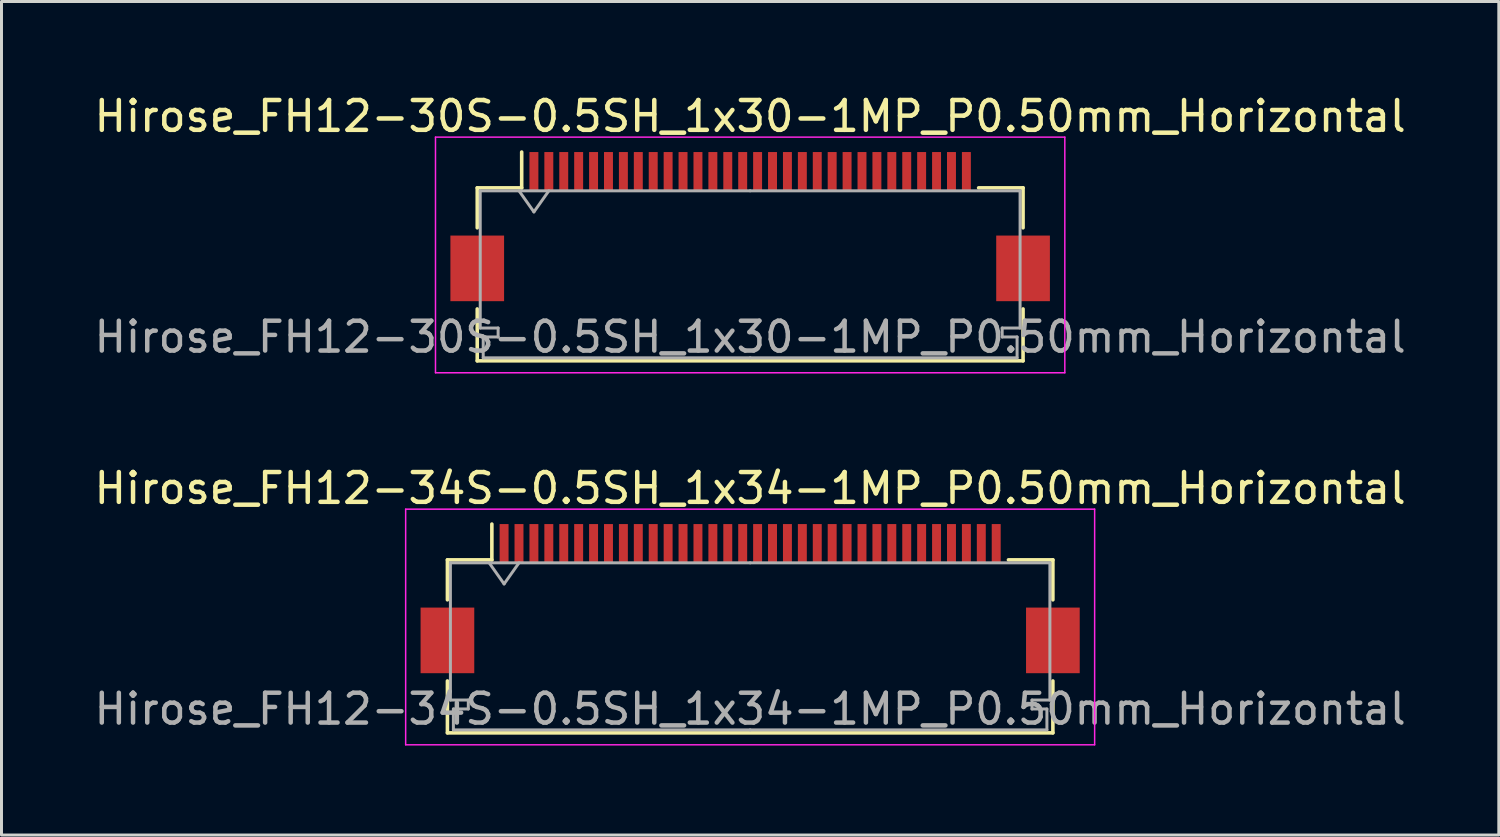
<source format=kicad_pcb>
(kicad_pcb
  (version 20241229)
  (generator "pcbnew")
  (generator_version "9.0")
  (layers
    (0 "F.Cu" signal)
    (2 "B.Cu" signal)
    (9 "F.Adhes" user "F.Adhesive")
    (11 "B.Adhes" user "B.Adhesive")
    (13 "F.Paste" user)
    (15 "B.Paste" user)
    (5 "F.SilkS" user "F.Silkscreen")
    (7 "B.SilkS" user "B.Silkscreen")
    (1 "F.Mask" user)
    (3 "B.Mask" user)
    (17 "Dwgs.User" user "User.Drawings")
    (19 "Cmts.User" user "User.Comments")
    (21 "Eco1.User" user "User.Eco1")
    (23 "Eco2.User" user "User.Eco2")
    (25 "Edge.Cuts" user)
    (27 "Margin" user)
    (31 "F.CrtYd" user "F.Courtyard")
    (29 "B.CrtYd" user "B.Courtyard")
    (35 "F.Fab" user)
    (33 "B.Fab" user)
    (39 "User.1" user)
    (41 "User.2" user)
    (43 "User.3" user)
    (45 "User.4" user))
  (footprint "Hirose_FH12-30S-0.5SH_1x30-1MP_P0.50mm_Horizontal"
    (layer "F.Cu")
    (at 22.101 4.548)
    (property "Reference" "Hirose_FH12-30S-0.5SH_1x30-1MP_P0.50mm_Horizontal" (at 0 -3.7 0) (layer "F.SilkS") (effects (font (size 1 1) (thickness 0.15))))
    (attr smd)
    (fp_line (start -9.15 -1.3) (end -9.15 0.04) (stroke (width 0.12) (type solid)) (layer "F.SilkS"))
    (fp_line (start -9.15 2.76) (end -9.15 4.5) (stroke (width 0.12) (type solid)) (layer "F.SilkS"))
    (fp_line (start -9.15 4.5) (end 9.15 4.5) (stroke (width 0.12) (type solid)) (layer "F.SilkS"))
    (fp_line (start -7.66 -1.3) (end -9.15 -1.3) (stroke (width 0.12) (type solid)) (layer "F.SilkS"))
    (fp_line (start -7.66 -1.3) (end -7.66 -2.5) (stroke (width 0.12) (type solid)) (layer "F.SilkS"))
    (fp_line (start 7.66 -1.3) (end 9.15 -1.3) (stroke (width 0.12) (type solid)) (layer "F.SilkS"))
    (fp_line (start 9.15 -1.3) (end 9.15 0.04) (stroke (width 0.12) (type solid)) (layer "F.SilkS"))
    (fp_line (start 9.15 4.5) (end 9.15 2.76) (stroke (width 0.12) (type solid)) (layer "F.SilkS"))
    (fp_line (start -10.55 -3) (end -10.55 4.9) (stroke (width 0.05) (type solid)) (layer "F.CrtYd"))
    (fp_line (start -10.55 4.9) (end 10.55 4.9) (stroke (width 0.05) (type solid)) (layer "F.CrtYd"))
    (fp_line (start 10.55 -3) (end -10.55 -3) (stroke (width 0.05) (type solid)) (layer "F.CrtYd"))
    (fp_line (start 10.55 4.9) (end 10.55 -3) (stroke (width 0.05) (type solid)) (layer "F.CrtYd"))
    (fp_line (start -9.05 -1.2) (end -9.05 3.4) (stroke (width 0.1) (type solid)) (layer "F.Fab"))
    (fp_line (start -9.05 3.4) (end -8.45 3.4) (stroke (width 0.1) (type solid)) (layer "F.Fab"))
    (fp_line (start -8.95 3.7) (end -8.95 4.4) (stroke (width 0.1) (type solid)) (layer "F.Fab"))
    (fp_line (start -8.95 4.4) (end 0 4.4) (stroke (width 0.1) (type solid)) (layer "F.Fab"))
    (fp_line (start -8.45 3.4) (end -8.45 3.7) (stroke (width 0.1) (type solid)) (layer "F.Fab"))
    (fp_line (start -8.45 3.7) (end -8.95 3.7) (stroke (width 0.1) (type solid)) (layer "F.Fab"))
    (fp_line (start -7.75 -1.2) (end -7.25 -0.493) (stroke (width 0.1) (type solid)) (layer "F.Fab"))
    (fp_line (start -7.25 -0.493) (end -6.75 -1.2) (stroke (width 0.1) (type solid)) (layer "F.Fab"))
    (fp_line (start 0 -1.2) (end -9.05 -1.2) (stroke (width 0.1) (type solid)) (layer "F.Fab"))
    (fp_line (start 0 -1.2) (end 9.05 -1.2) (stroke (width 0.1) (type solid)) (layer "F.Fab"))
    (fp_line (start 8.45 3.4) (end 8.45 3.7) (stroke (width 0.1) (type solid)) (layer "F.Fab"))
    (fp_line (start 8.45 3.7) (end 8.95 3.7) (stroke (width 0.1) (type solid)) (layer "F.Fab"))
    (fp_line (start 8.95 3.7) (end 8.95 4.4) (stroke (width 0.1) (type solid)) (layer "F.Fab"))
    (fp_line (start 8.95 4.4) (end 0 4.4) (stroke (width 0.1) (type solid)) (layer "F.Fab"))
    (fp_line (start 9.05 -1.2) (end 9.05 3.4) (stroke (width 0.1) (type solid)) (layer "F.Fab"))
    (fp_line (start 9.05 3.4) (end 8.45 3.4) (stroke (width 0.1) (type solid)) (layer "F.Fab"))
    (fp_text user "${REFERENCE}" (at 0 3.7 0) (layer "F.Fab") (effects (font (size 1 1) (thickness 0.15))))
    (pad "1" smd rect (at -7.25 -1.85) (size 0.3 1.3) (layers "F.Cu" "F.Mask" "F.Paste"))
    (pad "2" smd rect (at -6.75 -1.85) (size 0.3 1.3) (layers "F.Cu" "F.Mask" "F.Paste"))
    (pad "3" smd rect (at -6.25 -1.85) (size 0.3 1.3) (layers "F.Cu" "F.Mask" "F.Paste"))
    (pad "4" smd rect (at -5.75 -1.85) (size 0.3 1.3) (layers "F.Cu" "F.Mask" "F.Paste"))
    (pad "5" smd rect (at -5.25 -1.85) (size 0.3 1.3) (layers "F.Cu" "F.Mask" "F.Paste"))
    (pad "6" smd rect (at -4.75 -1.85) (size 0.3 1.3) (layers "F.Cu" "F.Mask" "F.Paste"))
    (pad "7" smd rect (at -4.25 -1.85) (size 0.3 1.3) (layers "F.Cu" "F.Mask" "F.Paste"))
    (pad "8" smd rect (at -3.75 -1.85) (size 0.3 1.3) (layers "F.Cu" "F.Mask" "F.Paste"))
    (pad "9" smd rect (at -3.25 -1.85) (size 0.3 1.3) (layers "F.Cu" "F.Mask" "F.Paste"))
    (pad "10" smd rect (at -2.75 -1.85) (size 0.3 1.3) (layers "F.Cu" "F.Mask" "F.Paste"))
    (pad "11" smd rect (at -2.25 -1.85) (size 0.3 1.3) (layers "F.Cu" "F.Mask" "F.Paste"))
    (pad "12" smd rect (at -1.75 -1.85) (size 0.3 1.3) (layers "F.Cu" "F.Mask" "F.Paste"))
    (pad "13" smd rect (at -1.25 -1.85) (size 0.3 1.3) (layers "F.Cu" "F.Mask" "F.Paste"))
    (pad "14" smd rect (at -0.75 -1.85) (size 0.3 1.3) (layers "F.Cu" "F.Mask" "F.Paste"))
    (pad "15" smd rect (at -0.25 -1.85) (size 0.3 1.3) (layers "F.Cu" "F.Mask" "F.Paste"))
    (pad "16" smd rect (at 0.25 -1.85) (size 0.3 1.3) (layers "F.Cu" "F.Mask" "F.Paste"))
    (pad "17" smd rect (at 0.75 -1.85) (size 0.3 1.3) (layers "F.Cu" "F.Mask" "F.Paste"))
    (pad "18" smd rect (at 1.25 -1.85) (size 0.3 1.3) (layers "F.Cu" "F.Mask" "F.Paste"))
    (pad "19" smd rect (at 1.75 -1.85) (size 0.3 1.3) (layers "F.Cu" "F.Mask" "F.Paste"))
    (pad "20" smd rect (at 2.25 -1.85) (size 0.3 1.3) (layers "F.Cu" "F.Mask" "F.Paste"))
    (pad "21" smd rect (at 2.75 -1.85) (size 0.3 1.3) (layers "F.Cu" "F.Mask" "F.Paste"))
    (pad "22" smd rect (at 3.25 -1.85) (size 0.3 1.3) (layers "F.Cu" "F.Mask" "F.Paste"))
    (pad "23" smd rect (at 3.75 -1.85) (size 0.3 1.3) (layers "F.Cu" "F.Mask" "F.Paste"))
    (pad "24" smd rect (at 4.25 -1.85) (size 0.3 1.3) (layers "F.Cu" "F.Mask" "F.Paste"))
    (pad "25" smd rect (at 4.75 -1.85) (size 0.3 1.3) (layers "F.Cu" "F.Mask" "F.Paste"))
    (pad "26" smd rect (at 5.25 -1.85) (size 0.3 1.3) (layers "F.Cu" "F.Mask" "F.Paste"))
    (pad "27" smd rect (at 5.75 -1.85) (size 0.3 1.3) (layers "F.Cu" "F.Mask" "F.Paste"))
    (pad "28" smd rect (at 6.25 -1.85) (size 0.3 1.3) (layers "F.Cu" "F.Mask" "F.Paste"))
    (pad "29" smd rect (at 6.75 -1.85) (size 0.3 1.3) (layers "F.Cu" "F.Mask" "F.Paste"))
    (pad "30" smd rect (at 7.25 -1.85) (size 0.3 1.3) (layers "F.Cu" "F.Mask" "F.Paste"))
    (pad "MP" smd rect (at -9.15 1.4) (size 1.8 2.2) (layers "F.Cu" "F.Mask" "F.Paste"))
    (pad "MP" smd rect (at 9.15 1.4) (size 1.8 2.2) (layers "F.Cu" "F.Mask" "F.Paste")))
  (footprint "Hirose_FH12-34S-0.5SH_1x34-1MP_P0.50mm_Horizontal"
    (layer "F.Cu")
    (at 22.101 17.021)
    (property "Reference" "Hirose_FH12-34S-0.5SH_1x34-1MP_P0.50mm_Horizontal" (at 0 -3.7 0) (layer "F.SilkS") (effects (font (size 1 1) (thickness 0.15))))
    (attr smd)
    (fp_line (start -10.15 -1.3) (end -10.15 0.04) (stroke (width 0.12) (type solid)) (layer "F.SilkS"))
    (fp_line (start -10.15 2.76) (end -10.15 4.5) (stroke (width 0.12) (type solid)) (layer "F.SilkS"))
    (fp_line (start -10.15 4.5) (end 10.15 4.5) (stroke (width 0.12) (type solid)) (layer "F.SilkS"))
    (fp_line (start -8.66 -1.3) (end -10.15 -1.3) (stroke (width 0.12) (type solid)) (layer "F.SilkS"))
    (fp_line (start -8.66 -1.3) (end -8.66 -2.5) (stroke (width 0.12) (type solid)) (layer "F.SilkS"))
    (fp_line (start 8.66 -1.3) (end 10.15 -1.3) (stroke (width 0.12) (type solid)) (layer "F.SilkS"))
    (fp_line (start 10.15 -1.3) (end 10.15 0.04) (stroke (width 0.12) (type solid)) (layer "F.SilkS"))
    (fp_line (start 10.15 4.5) (end 10.15 2.76) (stroke (width 0.12) (type solid)) (layer "F.SilkS"))
    (fp_line (start -11.55 -3) (end -11.55 4.9) (stroke (width 0.05) (type solid)) (layer "F.CrtYd"))
    (fp_line (start -11.55 4.9) (end 11.55 4.9) (stroke (width 0.05) (type solid)) (layer "F.CrtYd"))
    (fp_line (start 11.55 -3) (end -11.55 -3) (stroke (width 0.05) (type solid)) (layer "F.CrtYd"))
    (fp_line (start 11.55 4.9) (end 11.55 -3) (stroke (width 0.05) (type solid)) (layer "F.CrtYd"))
    (fp_line (start -10.05 -1.2) (end -10.05 3.4) (stroke (width 0.1) (type solid)) (layer "F.Fab"))
    (fp_line (start -10.05 3.4) (end -9.45 3.4) (stroke (width 0.1) (type solid)) (layer "F.Fab"))
    (fp_line (start -9.95 3.7) (end -9.95 4.4) (stroke (width 0.1) (type solid)) (layer "F.Fab"))
    (fp_line (start -9.95 4.4) (end 0 4.4) (stroke (width 0.1) (type solid)) (layer "F.Fab"))
    (fp_line (start -9.45 3.4) (end -9.45 3.7) (stroke (width 0.1) (type solid)) (layer "F.Fab"))
    (fp_line (start -9.45 3.7) (end -9.95 3.7) (stroke (width 0.1) (type solid)) (layer "F.Fab"))
    (fp_line (start -8.75 -1.2) (end -8.25 -0.493) (stroke (width 0.1) (type solid)) (layer "F.Fab"))
    (fp_line (start -8.25 -0.493) (end -7.75 -1.2) (stroke (width 0.1) (type solid)) (layer "F.Fab"))
    (fp_line (start 0 -1.2) (end -10.05 -1.2) (stroke (width 0.1) (type solid)) (layer "F.Fab"))
    (fp_line (start 0 -1.2) (end 10.05 -1.2) (stroke (width 0.1) (type solid)) (layer "F.Fab"))
    (fp_line (start 9.45 3.4) (end 9.45 3.7) (stroke (width 0.1) (type solid)) (layer "F.Fab"))
    (fp_line (start 9.45 3.7) (end 9.95 3.7) (stroke (width 0.1) (type solid)) (layer "F.Fab"))
    (fp_line (start 9.95 3.7) (end 9.95 4.4) (stroke (width 0.1) (type solid)) (layer "F.Fab"))
    (fp_line (start 9.95 4.4) (end 0 4.4) (stroke (width 0.1) (type solid)) (layer "F.Fab"))
    (fp_line (start 10.05 -1.2) (end 10.05 3.4) (stroke (width 0.1) (type solid)) (layer "F.Fab"))
    (fp_line (start 10.05 3.4) (end 9.45 3.4) (stroke (width 0.1) (type solid)) (layer "F.Fab"))
    (fp_text user "${REFERENCE}" (at 0 3.7 0) (layer "F.Fab") (effects (font (size 1 1) (thickness 0.15))))
    (pad "1" smd rect (at -8.25 -1.85) (size 0.3 1.3) (layers "F.Cu" "F.Mask" "F.Paste"))
    (pad "2" smd rect (at -7.75 -1.85) (size 0.3 1.3) (layers "F.Cu" "F.Mask" "F.Paste"))
    (pad "3" smd rect (at -7.25 -1.85) (size 0.3 1.3) (layers "F.Cu" "F.Mask" "F.Paste"))
    (pad "4" smd rect (at -6.75 -1.85) (size 0.3 1.3) (layers "F.Cu" "F.Mask" "F.Paste"))
    (pad "5" smd rect (at -6.25 -1.85) (size 0.3 1.3) (layers "F.Cu" "F.Mask" "F.Paste"))
    (pad "6" smd rect (at -5.75 -1.85) (size 0.3 1.3) (layers "F.Cu" "F.Mask" "F.Paste"))
    (pad "7" smd rect (at -5.25 -1.85) (size 0.3 1.3) (layers "F.Cu" "F.Mask" "F.Paste"))
    (pad "8" smd rect (at -4.75 -1.85) (size 0.3 1.3) (layers "F.Cu" "F.Mask" "F.Paste"))
    (pad "9" smd rect (at -4.25 -1.85) (size 0.3 1.3) (layers "F.Cu" "F.Mask" "F.Paste"))
    (pad "10" smd rect (at -3.75 -1.85) (size 0.3 1.3) (layers "F.Cu" "F.Mask" "F.Paste"))
    (pad "11" smd rect (at -3.25 -1.85) (size 0.3 1.3) (layers "F.Cu" "F.Mask" "F.Paste"))
    (pad "12" smd rect (at -2.75 -1.85) (size 0.3 1.3) (layers "F.Cu" "F.Mask" "F.Paste"))
    (pad "13" smd rect (at -2.25 -1.85) (size 0.3 1.3) (layers "F.Cu" "F.Mask" "F.Paste"))
    (pad "14" smd rect (at -1.75 -1.85) (size 0.3 1.3) (layers "F.Cu" "F.Mask" "F.Paste"))
    (pad "15" smd rect (at -1.25 -1.85) (size 0.3 1.3) (layers "F.Cu" "F.Mask" "F.Paste"))
    (pad "16" smd rect (at -0.75 -1.85) (size 0.3 1.3) (layers "F.Cu" "F.Mask" "F.Paste"))
    (pad "17" smd rect (at -0.25 -1.85) (size 0.3 1.3) (layers "F.Cu" "F.Mask" "F.Paste"))
    (pad "18" smd rect (at 0.25 -1.85) (size 0.3 1.3) (layers "F.Cu" "F.Mask" "F.Paste"))
    (pad "19" smd rect (at 0.75 -1.85) (size 0.3 1.3) (layers "F.Cu" "F.Mask" "F.Paste"))
    (pad "20" smd rect (at 1.25 -1.85) (size 0.3 1.3) (layers "F.Cu" "F.Mask" "F.Paste"))
    (pad "21" smd rect (at 1.75 -1.85) (size 0.3 1.3) (layers "F.Cu" "F.Mask" "F.Paste"))
    (pad "22" smd rect (at 2.25 -1.85) (size 0.3 1.3) (layers "F.Cu" "F.Mask" "F.Paste"))
    (pad "23" smd rect (at 2.75 -1.85) (size 0.3 1.3) (layers "F.Cu" "F.Mask" "F.Paste"))
    (pad "24" smd rect (at 3.25 -1.85) (size 0.3 1.3) (layers "F.Cu" "F.Mask" "F.Paste"))
    (pad "25" smd rect (at 3.75 -1.85) (size 0.3 1.3) (layers "F.Cu" "F.Mask" "F.Paste"))
    (pad "26" smd rect (at 4.25 -1.85) (size 0.3 1.3) (layers "F.Cu" "F.Mask" "F.Paste"))
    (pad "27" smd rect (at 4.75 -1.85) (size 0.3 1.3) (layers "F.Cu" "F.Mask" "F.Paste"))
    (pad "28" smd rect (at 5.25 -1.85) (size 0.3 1.3) (layers "F.Cu" "F.Mask" "F.Paste"))
    (pad "29" smd rect (at 5.75 -1.85) (size 0.3 1.3) (layers "F.Cu" "F.Mask" "F.Paste"))
    (pad "30" smd rect (at 6.25 -1.85) (size 0.3 1.3) (layers "F.Cu" "F.Mask" "F.Paste"))
    (pad "31" smd rect (at 6.75 -1.85) (size 0.3 1.3) (layers "F.Cu" "F.Mask" "F.Paste"))
    (pad "32" smd rect (at 7.25 -1.85) (size 0.3 1.3) (layers "F.Cu" "F.Mask" "F.Paste"))
    (pad "33" smd rect (at 7.75 -1.85) (size 0.3 1.3) (layers "F.Cu" "F.Mask" "F.Paste"))
    (pad "34" smd rect (at 8.25 -1.85) (size 0.3 1.3) (layers "F.Cu" "F.Mask" "F.Paste"))
    (pad "MP" smd rect (at -10.15 1.4) (size 1.8 2.2) (layers "F.Cu" "F.Mask" "F.Paste"))
    (pad "MP" smd rect (at 10.15 1.4) (size 1.8 2.2) (layers "F.Cu" "F.Mask" "F.Paste")))
  (gr_rect
    (start -3 -3)
    (end 47.202 24.947)
    (stroke (width 0.1) (type default))
    (fill no)
    (layer "Edge.Cuts")))
</source>
